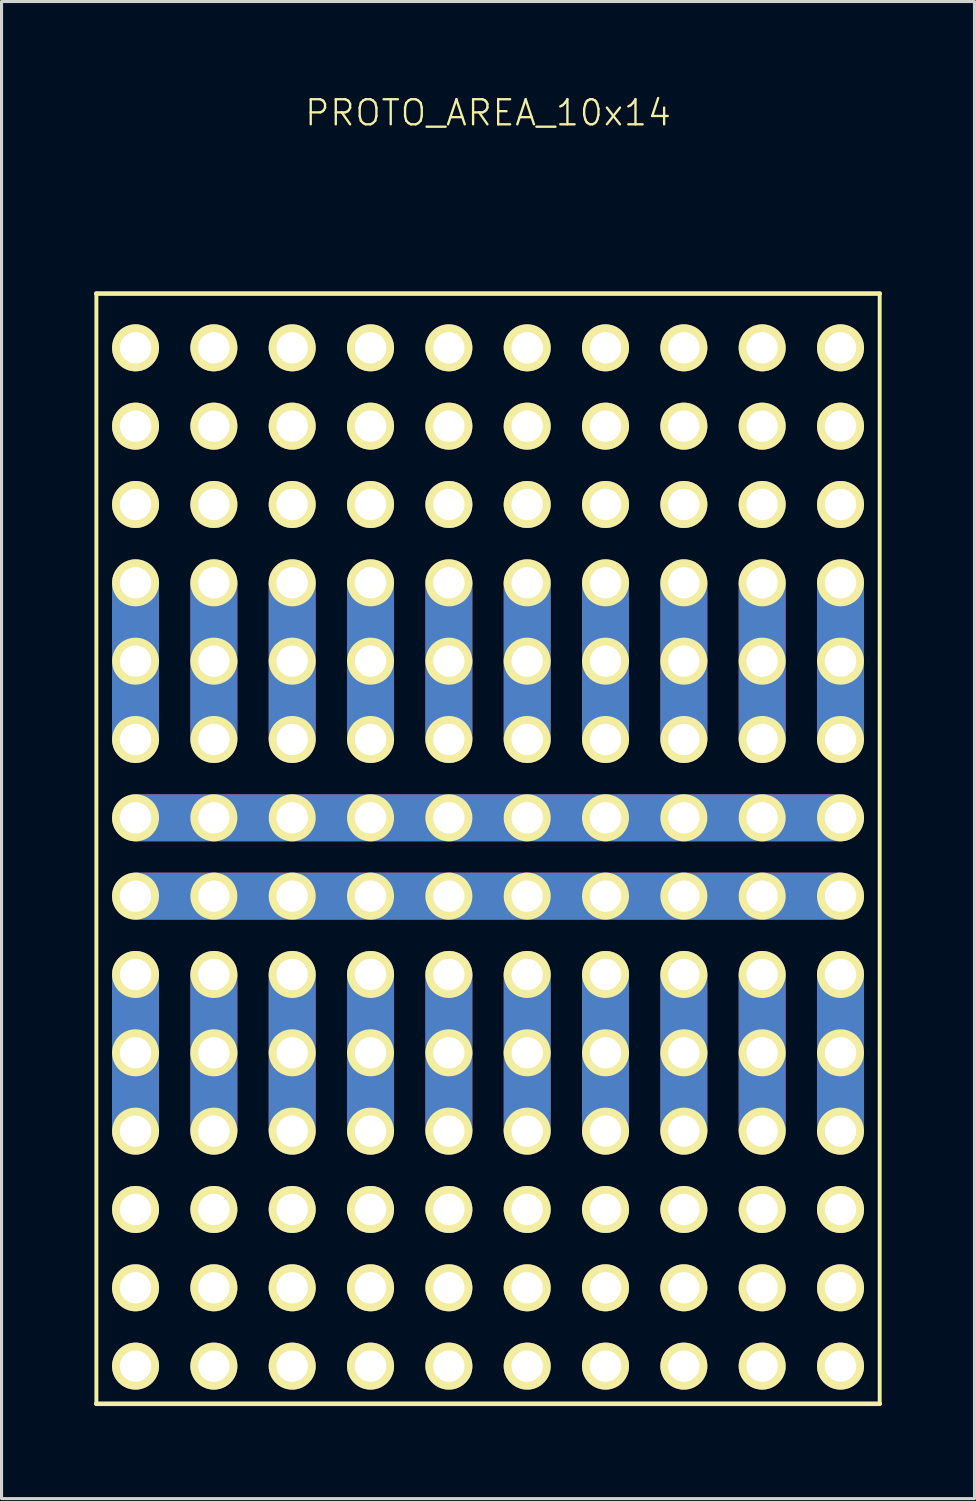
<source format=kicad_pcb>
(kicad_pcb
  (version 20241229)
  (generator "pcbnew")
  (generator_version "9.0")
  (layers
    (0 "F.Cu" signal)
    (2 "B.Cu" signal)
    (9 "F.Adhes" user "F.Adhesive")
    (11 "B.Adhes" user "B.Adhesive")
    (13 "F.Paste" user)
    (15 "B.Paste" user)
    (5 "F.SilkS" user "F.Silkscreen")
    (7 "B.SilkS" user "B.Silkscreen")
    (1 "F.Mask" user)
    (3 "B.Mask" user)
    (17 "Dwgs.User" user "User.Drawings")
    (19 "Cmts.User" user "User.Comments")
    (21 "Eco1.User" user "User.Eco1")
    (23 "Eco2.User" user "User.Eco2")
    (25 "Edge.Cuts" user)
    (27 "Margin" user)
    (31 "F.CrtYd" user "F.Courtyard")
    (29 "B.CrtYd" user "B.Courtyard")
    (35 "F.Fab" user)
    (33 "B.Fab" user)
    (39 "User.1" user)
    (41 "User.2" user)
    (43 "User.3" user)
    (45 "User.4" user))
  (footprint "PROTO_AREA_10x14"
    (layer "F.Cu")
    (at 12.775 23.469)
    (property "Reference" "PROTO_AREA_10x14" (at 0 -22.86 0) (layer "F.SilkS") (effects (font (size 0.813 0.813) (thickness 0.076))))
    (attr through_hole)
    (fp_line (start -12.7 -17) (end 12.7 -17) (stroke (width 0.15) (type solid)) (layer "F.SilkS"))
    (fp_line (start -12.7 19) (end -12.7 -17) (stroke (width 0.127) (type solid)) (layer "F.SilkS"))
    (fp_line (start -12.7 19) (end 12.7 19) (stroke (width 0.15) (type solid)) (layer "F.SilkS"))
    (fp_line (start 12.7 19) (end 12.7 -17) (stroke (width 0.127) (type solid)) (layer "F.SilkS"))
    (pad "1" thru_hole circle (at -11.43 17.78) (size 1.524 1.524) (drill 1.016) (layers "*.Cu" "*.Mask" "F.SilkS"))
    (pad "1" thru_hole circle (at -8.89 17.78) (size 1.524 1.524) (drill 1.016) (layers "*.Cu" "*.Mask" "F.SilkS"))
    (pad "1" thru_hole circle (at -6.35 17.78) (size 1.524 1.524) (drill 1.016) (layers "*.Cu" "*.Mask" "F.SilkS"))
    (pad "1" thru_hole circle (at -3.81 17.78) (size 1.524 1.524) (drill 1.016) (layers "*.Cu" "*.Mask" "F.SilkS"))
    (pad "1" thru_hole circle (at -1.27 17.78) (size 1.524 1.524) (drill 1.016) (layers "*.Cu" "*.Mask" "F.SilkS"))
    (pad "1" thru_hole circle (at 1.27 17.78) (size 1.524 1.524) (drill 1.016) (layers "*.Cu" "*.Mask" "F.SilkS"))
    (pad "1" thru_hole circle (at 3.81 17.78) (size 1.524 1.524) (drill 1.016) (layers "*.Cu" "*.Mask" "F.SilkS"))
    (pad "1" thru_hole circle (at 6.35 17.78) (size 1.524 1.524) (drill 1.016) (layers "*.Cu" "*.Mask" "F.SilkS"))
    (pad "1" thru_hole circle (at 8.89 17.78) (size 1.524 1.524) (drill 1.016) (layers "*.Cu" "*.Mask" "F.SilkS"))
    (pad "1" thru_hole circle (at 11.43 17.78) (size 1.524 1.524) (drill 1.016) (layers "*.Cu" "*.Mask" "F.SilkS"))
    (pad "2" thru_hole circle (at -11.43 15.24) (size 1.524 1.524) (drill 1.016) (layers "*.Cu" "*.Mask" "F.SilkS"))
    (pad "2" thru_hole circle (at -8.89 15.24) (size 1.524 1.524) (drill 1.016) (layers "*.Cu" "*.Mask" "F.SilkS"))
    (pad "2" thru_hole circle (at -6.35 15.24) (size 1.524 1.524) (drill 1.016) (layers "*.Cu" "*.Mask" "F.SilkS"))
    (pad "2" thru_hole circle (at -3.81 15.24) (size 1.524 1.524) (drill 1.016) (layers "*.Cu" "*.Mask" "F.SilkS"))
    (pad "2" thru_hole circle (at -1.27 15.24) (size 1.524 1.524) (drill 1.016) (layers "*.Cu" "*.Mask" "F.SilkS"))
    (pad "2" thru_hole circle (at 1.27 15.24) (size 1.524 1.524) (drill 1.016) (layers "*.Cu" "*.Mask" "F.SilkS"))
    (pad "2" thru_hole circle (at 3.81 15.24) (size 1.524 1.524) (drill 1.016) (layers "*.Cu" "*.Mask" "F.SilkS"))
    (pad "2" thru_hole circle (at 6.35 15.24) (size 1.524 1.524) (drill 1.016) (layers "*.Cu" "*.Mask" "F.SilkS"))
    (pad "2" thru_hole circle (at 8.89 15.24) (size 1.524 1.524) (drill 1.016) (layers "*.Cu" "*.Mask" "F.SilkS"))
    (pad "2" thru_hole circle (at 11.43 15.24) (size 1.524 1.524) (drill 1.016) (layers "*.Cu" "*.Mask" "F.SilkS"))
    (pad "3" thru_hole circle (at -11.43 12.7) (size 1.524 1.524) (drill 1.016) (layers "*.Cu" "*.Mask" "F.SilkS"))
    (pad "3" thru_hole circle (at -8.89 12.7) (size 1.524 1.524) (drill 1.016) (layers "*.Cu" "*.Mask" "F.SilkS"))
    (pad "3" thru_hole circle (at -6.35 12.7) (size 1.524 1.524) (drill 1.016) (layers "*.Cu" "*.Mask" "F.SilkS"))
    (pad "3" thru_hole circle (at -3.81 12.7) (size 1.524 1.524) (drill 1.016) (layers "*.Cu" "*.Mask" "F.SilkS"))
    (pad "3" thru_hole circle (at -1.27 12.7) (size 1.524 1.524) (drill 1.016) (layers "*.Cu" "*.Mask" "F.SilkS"))
    (pad "3" thru_hole circle (at 1.27 12.7) (size 1.524 1.524) (drill 1.016) (layers "*.Cu" "*.Mask" "F.SilkS"))
    (pad "3" thru_hole circle (at 3.81 12.7) (size 1.524 1.524) (drill 1.016) (layers "*.Cu" "*.Mask" "F.SilkS"))
    (pad "3" thru_hole circle (at 6.35 12.7) (size 1.524 1.524) (drill 1.016) (layers "*.Cu" "*.Mask" "F.SilkS"))
    (pad "3" thru_hole circle (at 8.89 12.7) (size 1.524 1.524) (drill 1.016) (layers "*.Cu" "*.Mask" "F.SilkS"))
    (pad "3" thru_hole circle (at 11.43 12.7) (size 1.524 1.524) (drill 1.016) (layers "*.Cu" "*.Mask" "F.SilkS"))
    (pad "4" thru_hole circle (at -11.43 5.08) (size 1.524 1.524) (drill 1.016) (layers "*.Cu" "*.Mask" "F.SilkS"))
    (pad "4" smd rect (at -11.43 6.35) (size 1.524 2.54) (layers "F.Cu" "F.Mask" "F.Paste"))
    (pad "4" smd rect (at -11.43 6.35) (size 1.524 2.54) (layers "B.Cu" "B.Mask" "B.Paste"))
    (pad "4" thru_hole circle (at -11.43 7.62) (size 1.524 1.524) (drill 1.016) (layers "*.Cu" "*.Mask" "F.SilkS"))
    (pad "4" smd rect (at -11.43 8.89) (size 1.524 2.54) (layers "F.Cu" "F.Mask" "F.Paste"))
    (pad "4" smd rect (at -11.43 8.89) (size 1.524 2.54) (layers "B.Cu" "B.Mask" "B.Paste"))
    (pad "4" thru_hole circle (at -11.43 10.16) (size 1.524 1.524) (drill 1.016) (layers "*.Cu" "*.Mask" "F.SilkS"))
    (pad "4" thru_hole circle (at -8.89 5.08) (size 1.524 1.524) (drill 1.016) (layers "*.Cu" "*.Mask" "F.SilkS"))
    (pad "4" smd rect (at -8.89 6.35) (size 1.524 2.54) (layers "F.Cu" "F.Mask" "F.Paste"))
    (pad "4" smd rect (at -8.89 6.35) (size 1.524 2.54) (layers "B.Cu" "B.Mask" "B.Paste"))
    (pad "4" thru_hole circle (at -8.89 7.62) (size 1.524 1.524) (drill 1.016) (layers "*.Cu" "*.Mask" "F.SilkS"))
    (pad "4" smd rect (at -8.89 8.89) (size 1.524 2.54) (layers "F.Cu" "F.Mask" "F.Paste"))
    (pad "4" smd rect (at -8.89 8.89) (size 1.524 2.54) (layers "B.Cu" "B.Mask" "B.Paste"))
    (pad "4" thru_hole circle (at -8.89 10.16) (size 1.524 1.524) (drill 1.016) (layers "*.Cu" "*.Mask" "F.SilkS"))
    (pad "4" thru_hole circle (at -6.35 5.08) (size 1.524 1.524) (drill 1.016) (layers "*.Cu" "*.Mask" "F.SilkS"))
    (pad "4" smd rect (at -6.35 6.35) (size 1.524 2.54) (layers "F.Cu" "F.Mask" "F.Paste"))
    (pad "4" smd rect (at -6.35 6.35) (size 1.524 2.54) (layers "B.Cu" "B.Mask" "B.Paste"))
    (pad "4" thru_hole circle (at -6.35 7.62) (size 1.524 1.524) (drill 1.016) (layers "*.Cu" "*.Mask" "F.SilkS"))
    (pad "4" smd rect (at -6.35 8.89) (size 1.524 2.54) (layers "F.Cu" "F.Mask" "F.Paste"))
    (pad "4" smd rect (at -6.35 8.89) (size 1.524 2.54) (layers "B.Cu" "B.Mask" "B.Paste"))
    (pad "4" thru_hole circle (at -6.35 10.16) (size 1.524 1.524) (drill 1.016) (layers "*.Cu" "*.Mask" "F.SilkS"))
    (pad "4" thru_hole circle (at -3.81 5.08) (size 1.524 1.524) (drill 1.016) (layers "*.Cu" "*.Mask" "F.SilkS"))
    (pad "4" smd rect (at -3.81 6.35) (size 1.524 2.54) (layers "F.Cu" "F.Mask" "F.Paste"))
    (pad "4" smd rect (at -3.81 6.35) (size 1.524 2.54) (layers "B.Cu" "B.Mask" "B.Paste"))
    (pad "4" thru_hole circle (at -3.81 7.62) (size 1.524 1.524) (drill 1.016) (layers "*.Cu" "*.Mask" "F.SilkS"))
    (pad "4" smd rect (at -3.81 8.89) (size 1.524 2.54) (layers "F.Cu" "F.Mask" "F.Paste"))
    (pad "4" smd rect (at -3.81 8.89) (size 1.524 2.54) (layers "B.Cu" "B.Mask" "B.Paste"))
    (pad "4" thru_hole circle (at -3.81 10.16) (size 1.524 1.524) (drill 1.016) (layers "*.Cu" "*.Mask" "F.SilkS"))
    (pad "4" thru_hole circle (at -1.27 5.08) (size 1.524 1.524) (drill 1.016) (layers "*.Cu" "*.Mask" "F.SilkS"))
    (pad "4" smd rect (at -1.27 6.35) (size 1.524 2.54) (layers "F.Cu" "F.Mask" "F.Paste"))
    (pad "4" smd rect (at -1.27 6.35) (size 1.524 2.54) (layers "B.Cu" "B.Mask" "B.Paste"))
    (pad "4" thru_hole circle (at -1.27 7.62) (size 1.524 1.524) (drill 1.016) (layers "*.Cu" "*.Mask" "F.SilkS"))
    (pad "4" smd rect (at -1.27 8.89) (size 1.524 2.54) (layers "F.Cu" "F.Mask" "F.Paste"))
    (pad "4" smd rect (at -1.27 8.89) (size 1.524 2.54) (layers "B.Cu" "B.Mask" "B.Paste"))
    (pad "4" thru_hole circle (at -1.27 10.16) (size 1.524 1.524) (drill 1.016) (layers "*.Cu" "*.Mask" "F.SilkS"))
    (pad "4" thru_hole circle (at 1.27 5.08) (size 1.524 1.524) (drill 1.016) (layers "*.Cu" "*.Mask" "F.SilkS"))
    (pad "4" smd rect (at 1.27 6.35) (size 1.524 2.54) (layers "F.Cu" "F.Mask" "F.Paste"))
    (pad "4" smd rect (at 1.27 6.35) (size 1.524 2.54) (layers "B.Cu" "B.Mask" "B.Paste"))
    (pad "4" thru_hole circle (at 1.27 7.62) (size 1.524 1.524) (drill 1.016) (layers "*.Cu" "*.Mask" "F.SilkS"))
    (pad "4" smd rect (at 1.27 8.89) (size 1.524 2.54) (layers "F.Cu" "F.Mask" "F.Paste"))
    (pad "4" smd rect (at 1.27 8.89) (size 1.524 2.54) (layers "B.Cu" "B.Mask" "B.Paste"))
    (pad "4" thru_hole circle (at 1.27 10.16) (size 1.524 1.524) (drill 1.016) (layers "*.Cu" "*.Mask" "F.SilkS"))
    (pad "4" thru_hole circle (at 3.81 5.08) (size 1.524 1.524) (drill 1.016) (layers "*.Cu" "*.Mask" "F.SilkS"))
    (pad "4" smd rect (at 3.81 6.35) (size 1.524 2.54) (layers "F.Cu" "F.Mask" "F.Paste"))
    (pad "4" smd rect (at 3.81 6.35) (size 1.524 2.54) (layers "B.Cu" "B.Mask" "B.Paste"))
    (pad "4" thru_hole circle (at 3.81 7.62) (size 1.524 1.524) (drill 1.016) (layers "*.Cu" "*.Mask" "F.SilkS"))
    (pad "4" smd rect (at 3.81 8.89) (size 1.524 2.54) (layers "F.Cu" "F.Mask" "F.Paste"))
    (pad "4" smd rect (at 3.81 8.89) (size 1.524 2.54) (layers "B.Cu" "B.Mask" "B.Paste"))
    (pad "4" thru_hole circle (at 3.81 10.16) (size 1.524 1.524) (drill 1.016) (layers "*.Cu" "*.Mask" "F.SilkS"))
    (pad "4" thru_hole circle (at 6.35 5.08) (size 1.524 1.524) (drill 1.016) (layers "*.Cu" "*.Mask" "F.SilkS"))
    (pad "4" smd rect (at 6.35 6.35) (size 1.524 2.54) (layers "F.Cu" "F.Mask" "F.Paste"))
    (pad "4" smd rect (at 6.35 6.35) (size 1.524 2.54) (layers "B.Cu" "B.Mask" "B.Paste"))
    (pad "4" thru_hole circle (at 6.35 7.62) (size 1.524 1.524) (drill 1.016) (layers "*.Cu" "*.Mask" "F.SilkS"))
    (pad "4" smd rect (at 6.35 8.89) (size 1.524 2.54) (layers "F.Cu" "F.Mask" "F.Paste"))
    (pad "4" smd rect (at 6.35 8.89) (size 1.524 2.54) (layers "B.Cu" "B.Mask" "B.Paste"))
    (pad "4" thru_hole circle (at 6.35 10.16) (size 1.524 1.524) (drill 1.016) (layers "*.Cu" "*.Mask" "F.SilkS"))
    (pad "4" thru_hole circle (at 8.89 5.08) (size 1.524 1.524) (drill 1.016) (layers "*.Cu" "*.Mask" "F.SilkS"))
    (pad "4" smd rect (at 8.89 6.35) (size 1.524 2.54) (layers "F.Cu" "F.Mask" "F.Paste"))
    (pad "4" smd rect (at 8.89 6.35) (size 1.524 2.54) (layers "B.Cu" "B.Mask" "B.Paste"))
    (pad "4" thru_hole circle (at 8.89 7.62) (size 1.524 1.524) (drill 1.016) (layers "*.Cu" "*.Mask" "F.SilkS"))
    (pad "4" smd rect (at 8.89 8.89) (size 1.524 2.54) (layers "F.Cu" "F.Mask" "F.Paste"))
    (pad "4" smd rect (at 8.89 8.89) (size 1.524 2.54) (layers "B.Cu" "B.Mask" "B.Paste"))
    (pad "4" thru_hole circle (at 8.89 10.16) (size 1.524 1.524) (drill 1.016) (layers "*.Cu" "*.Mask" "F.SilkS"))
    (pad "4" thru_hole circle (at 11.43 5.08) (size 1.524 1.524) (drill 1.016) (layers "*.Cu" "*.Mask" "F.SilkS"))
    (pad "4" smd rect (at 11.43 6.35) (size 1.524 2.54) (layers "F.Cu" "F.Mask" "F.Paste"))
    (pad "4" smd rect (at 11.43 6.35) (size 1.524 2.54) (layers "B.Cu" "B.Mask" "B.Paste"))
    (pad "4" thru_hole circle (at 11.43 7.62) (size 1.524 1.524) (drill 1.016) (layers "*.Cu" "*.Mask" "F.SilkS"))
    (pad "4" smd rect (at 11.43 8.89) (size 1.524 2.54) (layers "F.Cu" "F.Mask" "F.Paste"))
    (pad "4" smd rect (at 11.43 8.89) (size 1.524 2.54) (layers "B.Cu" "B.Mask" "B.Paste"))
    (pad "4" thru_hole circle (at 11.43 10.16) (size 1.524 1.524) (drill 1.016) (layers "*.Cu" "*.Mask" "F.SilkS"))
    (pad "5" thru_hole circle (at -11.43 2.54) (size 1.524 1.524) (drill 1.016) (layers "*.Cu" "*.Mask" "F.SilkS"))
    (pad "5" smd rect (at -10.16 2.54 90) (size 1.524 2.54) (layers "F.Cu" "F.Mask" "F.Paste"))
    (pad "5" smd rect (at -10.16 2.54 90) (size 1.524 2.54) (layers "B.Cu" "B.Mask" "B.Paste"))
    (pad "5" thru_hole circle (at -8.89 2.54) (size 1.524 1.524) (drill 1.016) (layers "*.Cu" "*.Mask" "F.SilkS"))
    (pad "5" smd rect (at -7.62 2.54 90) (size 1.524 2.54) (layers "F.Cu" "F.Mask" "F.Paste"))
    (pad "5" smd rect (at -7.62 2.54 90) (size 1.524 2.54) (layers "B.Cu" "B.Mask" "B.Paste"))
    (pad "5" thru_hole circle (at -6.35 2.54) (size 1.524 1.524) (drill 1.016) (layers "*.Cu" "*.Mask" "F.SilkS"))
    (pad "5" smd rect (at -5.08 2.54 90) (size 1.524 2.54) (layers "F.Cu" "F.Mask" "F.Paste"))
    (pad "5" smd rect (at -5.08 2.54 90) (size 1.524 2.54) (layers "B.Cu" "B.Mask" "B.Paste"))
    (pad "5" thru_hole circle (at -3.81 2.54) (size 1.524 1.524) (drill 1.016) (layers "*.Cu" "*.Mask" "F.SilkS"))
    (pad "5" smd rect (at -2.54 2.54 90) (size 1.524 2.54) (layers "F.Cu" "F.Mask" "F.Paste"))
    (pad "5" smd rect (at -2.54 2.54 90) (size 1.524 2.54) (layers "B.Cu" "B.Mask" "B.Paste"))
    (pad "5" thru_hole circle (at -1.27 2.54) (size 1.524 1.524) (drill 1.016) (layers "*.Cu" "*.Mask" "F.SilkS"))
    (pad "5" smd rect (at 0 2.54 90) (size 1.524 2.54) (layers "F.Cu" "F.Mask" "F.Paste"))
    (pad "5" smd rect (at 0 2.54 90) (size 1.524 2.54) (layers "B.Cu" "B.Mask" "B.Paste"))
    (pad "5" thru_hole circle (at 1.27 2.54) (size 1.524 1.524) (drill 1.016) (layers "*.Cu" "*.Mask" "F.SilkS"))
    (pad "5" smd rect (at 2.54 2.54 90) (size 1.524 2.54) (layers "F.Cu" "F.Mask" "F.Paste"))
    (pad "5" smd rect (at 2.54 2.54 90) (size 1.524 2.54) (layers "B.Cu" "B.Mask" "B.Paste"))
    (pad "5" thru_hole circle (at 3.81 2.54) (size 1.524 1.524) (drill 1.016) (layers "*.Cu" "*.Mask" "F.SilkS"))
    (pad "5" smd rect (at 5.08 2.54 90) (size 1.524 2.54) (layers "F.Cu" "F.Mask" "F.Paste"))
    (pad "5" smd rect (at 5.08 2.54 90) (size 1.524 2.54) (layers "B.Cu" "B.Mask" "B.Paste"))
    (pad "5" thru_hole circle (at 6.35 2.54) (size 1.524 1.524) (drill 1.016) (layers "*.Cu" "*.Mask" "F.SilkS"))
    (pad "5" smd rect (at 7.62 2.54 90) (size 1.524 2.54) (layers "F.Cu" "F.Mask" "F.Paste"))
    (pad "5" smd rect (at 7.62 2.54 90) (size 1.524 2.54) (layers "B.Cu" "B.Mask" "B.Paste"))
    (pad "5" thru_hole circle (at 8.89 2.54) (size 1.524 1.524) (drill 1.016) (layers "*.Cu" "*.Mask" "F.SilkS"))
    (pad "5" smd rect (at 10.16 2.54 90) (size 1.524 2.54) (layers "F.Cu" "F.Mask" "F.Paste"))
    (pad "5" smd rect (at 10.16 2.54 90) (size 1.524 2.54) (layers "B.Cu" "B.Mask" "B.Paste"))
    (pad "5" thru_hole circle (at 11.43 2.54) (size 1.524 1.524) (drill 1.016) (layers "*.Cu" "*.Mask" "F.SilkS"))
    (pad "6" thru_hole circle (at -11.43 0) (size 1.524 1.524) (drill 1.016) (layers "*.Cu" "*.Mask" "F.SilkS"))
    (pad "6" smd rect (at -10.16 0 90) (size 1.524 2.54) (layers "F.Cu" "F.Mask" "F.Paste"))
    (pad "6" smd rect (at -10.16 0 90) (size 1.524 2.54) (layers "B.Cu" "B.Mask" "B.Paste"))
    (pad "6" thru_hole circle (at -8.89 0) (size 1.524 1.524) (drill 1.016) (layers "*.Cu" "*.Mask" "F.SilkS"))
    (pad "6" smd rect (at -7.62 0 90) (size 1.524 2.54) (layers "F.Cu" "F.Mask" "F.Paste"))
    (pad "6" smd rect (at -7.62 0 90) (size 1.524 2.54) (layers "B.Cu" "B.Mask" "B.Paste"))
    (pad "6" thru_hole circle (at -6.35 0) (size 1.524 1.524) (drill 1.016) (layers "*.Cu" "*.Mask" "F.SilkS"))
    (pad "6" smd rect (at -5.08 0 90) (size 1.524 2.54) (layers "F.Cu" "F.Mask" "F.Paste"))
    (pad "6" smd rect (at -5.08 0 90) (size 1.524 2.54) (layers "B.Cu" "B.Mask" "B.Paste"))
    (pad "6" thru_hole circle (at -3.81 0) (size 1.524 1.524) (drill 1.016) (layers "*.Cu" "*.Mask" "F.SilkS"))
    (pad "6" smd rect (at -2.54 0 90) (size 1.524 2.54) (layers "F.Cu" "F.Mask" "F.Paste"))
    (pad "6" smd rect (at -2.54 0 90) (size 1.524 2.54) (layers "B.Cu" "B.Mask" "B.Paste"))
    (pad "6" thru_hole circle (at -1.27 0) (size 1.524 1.524) (drill 1.016) (layers "*.Cu" "*.Mask" "F.SilkS"))
    (pad "6" smd rect (at 0 0 90) (size 1.524 2.54) (layers "F.Cu" "F.Mask" "F.Paste"))
    (pad "6" smd rect (at 0 0 90) (size 1.524 2.54) (layers "B.Cu" "B.Mask" "B.Paste"))
    (pad "6" thru_hole circle (at 1.27 0) (size 1.524 1.524) (drill 1.016) (layers "*.Cu" "*.Mask" "F.SilkS"))
    (pad "6" smd rect (at 2.54 0 90) (size 1.524 2.54) (layers "F.Cu" "F.Mask" "F.Paste"))
    (pad "6" smd rect (at 2.54 0 90) (size 1.524 2.54) (layers "B.Cu" "B.Mask" "B.Paste"))
    (pad "6" thru_hole circle (at 3.81 0) (size 1.524 1.524) (drill 1.016) (layers "*.Cu" "*.Mask" "F.SilkS"))
    (pad "6" smd rect (at 5.08 0 90) (size 1.524 2.54) (layers "F.Cu" "F.Mask" "F.Paste"))
    (pad "6" smd rect (at 5.08 0 90) (size 1.524 2.54) (layers "B.Cu" "B.Mask" "B.Paste"))
    (pad "6" thru_hole circle (at 6.35 0) (size 1.524 1.524) (drill 1.016) (layers "*.Cu" "*.Mask" "F.SilkS"))
    (pad "6" smd rect (at 7.62 0 90) (size 1.524 2.54) (layers "F.Cu" "F.Mask" "F.Paste"))
    (pad "6" smd rect (at 7.62 0 90) (size 1.524 2.54) (layers "B.Cu" "B.Mask" "B.Paste"))
    (pad "6" thru_hole circle (at 8.89 0) (size 1.524 1.524) (drill 1.016) (layers "*.Cu" "*.Mask" "F.SilkS"))
    (pad "6" smd rect (at 10.16 0 90) (size 1.524 2.54) (layers "F.Cu" "F.Mask" "F.Paste"))
    (pad "6" smd rect (at 10.16 0 90) (size 1.524 2.54) (layers "B.Cu" "B.Mask" "B.Paste"))
    (pad "6" thru_hole circle (at 11.43 0) (size 1.524 1.524) (drill 1.016) (layers "*.Cu" "*.Mask" "F.SilkS"))
    (pad "7" thru_hole circle (at -11.43 -7.62) (size 1.524 1.524) (drill 1.016) (layers "*.Cu" "*.Mask" "F.SilkS"))
    (pad "7" smd rect (at -11.43 -6.35) (size 1.524 2.54) (layers "F.Cu" "F.Mask" "F.Paste"))
    (pad "7" smd rect (at -11.43 -6.35) (size 1.524 2.54) (layers "B.Cu" "B.Mask" "B.Paste"))
    (pad "7" thru_hole circle (at -11.43 -5.08) (size 1.524 1.524) (drill 1.016) (layers "*.Cu" "*.Mask" "F.SilkS"))
    (pad "7" smd rect (at -11.43 -3.81) (size 1.524 2.54) (layers "F.Cu" "F.Mask" "F.Paste"))
    (pad "7" smd rect (at -11.43 -3.81) (size 1.524 2.54) (layers "B.Cu" "B.Mask" "B.Paste"))
    (pad "7" thru_hole circle (at -11.43 -2.54) (size 1.524 1.524) (drill 1.016) (layers "*.Cu" "*.Mask" "F.SilkS"))
    (pad "7" thru_hole circle (at -8.89 -7.62) (size 1.524 1.524) (drill 1.016) (layers "*.Cu" "*.Mask" "F.SilkS"))
    (pad "7" smd rect (at -8.89 -6.35) (size 1.524 2.54) (layers "F.Cu" "F.Mask" "F.Paste"))
    (pad "7" smd rect (at -8.89 -6.35) (size 1.524 2.54) (layers "B.Cu" "B.Mask" "B.Paste"))
    (pad "7" thru_hole circle (at -8.89 -5.08) (size 1.524 1.524) (drill 1.016) (layers "*.Cu" "*.Mask" "F.SilkS"))
    (pad "7" smd rect (at -8.89 -3.81) (size 1.524 2.54) (layers "F.Cu" "F.Mask" "F.Paste"))
    (pad "7" smd rect (at -8.89 -3.81) (size 1.524 2.54) (layers "B.Cu" "B.Mask" "B.Paste"))
    (pad "7" thru_hole circle (at -8.89 -2.54) (size 1.524 1.524) (drill 1.016) (layers "*.Cu" "*.Mask" "F.SilkS"))
    (pad "7" thru_hole circle (at -6.35 -7.62) (size 1.524 1.524) (drill 1.016) (layers "*.Cu" "*.Mask" "F.SilkS"))
    (pad "7" smd rect (at -6.35 -6.35) (size 1.524 2.54) (layers "F.Cu" "F.Mask" "F.Paste"))
    (pad "7" smd rect (at -6.35 -6.35) (size 1.524 2.54) (layers "B.Cu" "B.Mask" "B.Paste"))
    (pad "7" thru_hole circle (at -6.35 -5.08) (size 1.524 1.524) (drill 1.016) (layers "*.Cu" "*.Mask" "F.SilkS"))
    (pad "7" smd rect (at -6.35 -3.81) (size 1.524 2.54) (layers "F.Cu" "F.Mask" "F.Paste"))
    (pad "7" smd rect (at -6.35 -3.81) (size 1.524 2.54) (layers "B.Cu" "B.Mask" "B.Paste"))
    (pad "7" thru_hole circle (at -6.35 -2.54) (size 1.524 1.524) (drill 1.016) (layers "*.Cu" "*.Mask" "F.SilkS"))
    (pad "7" thru_hole circle (at -3.81 -7.62) (size 1.524 1.524) (drill 1.016) (layers "*.Cu" "*.Mask" "F.SilkS"))
    (pad "7" smd rect (at -3.81 -6.35) (size 1.524 2.54) (layers "F.Cu" "F.Mask" "F.Paste"))
    (pad "7" smd rect (at -3.81 -6.35) (size 1.524 2.54) (layers "B.Cu" "B.Mask" "B.Paste"))
    (pad "7" thru_hole circle (at -3.81 -5.08) (size 1.524 1.524) (drill 1.016) (layers "*.Cu" "*.Mask" "F.SilkS"))
    (pad "7" smd rect (at -3.81 -3.81) (size 1.524 2.54) (layers "F.Cu" "F.Mask" "F.Paste"))
    (pad "7" smd rect (at -3.81 -3.81) (size 1.524 2.54) (layers "B.Cu" "B.Mask" "B.Paste"))
    (pad "7" thru_hole circle (at -3.81 -2.54) (size 1.524 1.524) (drill 1.016) (layers "*.Cu" "*.Mask" "F.SilkS"))
    (pad "7" thru_hole circle (at -1.27 -7.62) (size 1.524 1.524) (drill 1.016) (layers "*.Cu" "*.Mask" "F.SilkS"))
    (pad "7" smd rect (at -1.27 -6.35) (size 1.524 2.54) (layers "F.Cu" "F.Mask" "F.Paste"))
    (pad "7" smd rect (at -1.27 -6.35) (size 1.524 2.54) (layers "B.Cu" "B.Mask" "B.Paste"))
    (pad "7" thru_hole circle (at -1.27 -5.08) (size 1.524 1.524) (drill 1.016) (layers "*.Cu" "*.Mask" "F.SilkS"))
    (pad "7" smd rect (at -1.27 -3.81) (size 1.524 2.54) (layers "F.Cu" "F.Mask" "F.Paste"))
    (pad "7" smd rect (at -1.27 -3.81) (size 1.524 2.54) (layers "B.Cu" "B.Mask" "B.Paste"))
    (pad "7" thru_hole circle (at -1.27 -2.54) (size 1.524 1.524) (drill 1.016) (layers "*.Cu" "*.Mask" "F.SilkS"))
    (pad "7" thru_hole circle (at 1.27 -7.62) (size 1.524 1.524) (drill 1.016) (layers "*.Cu" "*.Mask" "F.SilkS"))
    (pad "7" smd rect (at 1.27 -6.35) (size 1.524 2.54) (layers "F.Cu" "F.Mask" "F.Paste"))
    (pad "7" smd rect (at 1.27 -6.35) (size 1.524 2.54) (layers "B.Cu" "B.Mask" "B.Paste"))
    (pad "7" thru_hole circle (at 1.27 -5.08) (size 1.524 1.524) (drill 1.016) (layers "*.Cu" "*.Mask" "F.SilkS"))
    (pad "7" smd rect (at 1.27 -3.81) (size 1.524 2.54) (layers "F.Cu" "F.Mask" "F.Paste"))
    (pad "7" smd rect (at 1.27 -3.81) (size 1.524 2.54) (layers "B.Cu" "B.Mask" "B.Paste"))
    (pad "7" thru_hole circle (at 1.27 -2.54) (size 1.524 1.524) (drill 1.016) (layers "*.Cu" "*.Mask" "F.SilkS"))
    (pad "7" thru_hole circle (at 3.81 -7.62) (size 1.524 1.524) (drill 1.016) (layers "*.Cu" "*.Mask" "F.SilkS"))
    (pad "7" smd rect (at 3.81 -6.35) (size 1.524 2.54) (layers "F.Cu" "F.Mask" "F.Paste"))
    (pad "7" smd rect (at 3.81 -6.35) (size 1.524 2.54) (layers "B.Cu" "B.Mask" "B.Paste"))
    (pad "7" thru_hole circle (at 3.81 -5.08) (size 1.524 1.524) (drill 1.016) (layers "*.Cu" "*.Mask" "F.SilkS"))
    (pad "7" smd rect (at 3.81 -3.81) (size 1.524 2.54) (layers "F.Cu" "F.Mask" "F.Paste"))
    (pad "7" smd rect (at 3.81 -3.81) (size 1.524 2.54) (layers "B.Cu" "B.Mask" "B.Paste"))
    (pad "7" thru_hole circle (at 3.81 -2.54) (size 1.524 1.524) (drill 1.016) (layers "*.Cu" "*.Mask" "F.SilkS"))
    (pad "7" thru_hole circle (at 6.35 -7.62) (size 1.524 1.524) (drill 1.016) (layers "*.Cu" "*.Mask" "F.SilkS"))
    (pad "7" smd rect (at 6.35 -6.35) (size 1.524 2.54) (layers "F.Cu" "F.Mask" "F.Paste"))
    (pad "7" smd rect (at 6.35 -6.35) (size 1.524 2.54) (layers "B.Cu" "B.Mask" "B.Paste"))
    (pad "7" thru_hole circle (at 6.35 -5.08) (size 1.524 1.524) (drill 1.016) (layers "*.Cu" "*.Mask" "F.SilkS"))
    (pad "7" smd rect (at 6.35 -3.81) (size 1.524 2.54) (layers "F.Cu" "F.Mask" "F.Paste"))
    (pad "7" smd rect (at 6.35 -3.81) (size 1.524 2.54) (layers "B.Cu" "B.Mask" "B.Paste"))
    (pad "7" thru_hole circle (at 6.35 -2.54) (size 1.524 1.524) (drill 1.016) (layers "*.Cu" "*.Mask" "F.SilkS"))
    (pad "7" thru_hole circle (at 8.89 -7.62) (size 1.524 1.524) (drill 1.016) (layers "*.Cu" "*.Mask" "F.SilkS"))
    (pad "7" smd rect (at 8.89 -6.35) (size 1.524 2.54) (layers "F.Cu" "F.Mask" "F.Paste"))
    (pad "7" smd rect (at 8.89 -6.35) (size 1.524 2.54) (layers "B.Cu" "B.Mask" "B.Paste"))
    (pad "7" thru_hole circle (at 8.89 -5.08) (size 1.524 1.524) (drill 1.016) (layers "*.Cu" "*.Mask" "F.SilkS"))
    (pad "7" smd rect (at 8.89 -3.81) (size 1.524 2.54) (layers "F.Cu" "F.Mask" "F.Paste"))
    (pad "7" smd rect (at 8.89 -3.81) (size 1.524 2.54) (layers "B.Cu" "B.Mask" "B.Paste"))
    (pad "7" thru_hole circle (at 8.89 -2.54) (size 1.524 1.524) (drill 1.016) (layers "*.Cu" "*.Mask" "F.SilkS"))
    (pad "7" thru_hole circle (at 11.43 -7.62) (size 1.524 1.524) (drill 1.016) (layers "*.Cu" "*.Mask" "F.SilkS"))
    (pad "7" smd rect (at 11.43 -6.35) (size 1.524 2.54) (layers "F.Cu" "F.Mask" "F.Paste"))
    (pad "7" smd rect (at 11.43 -6.35) (size 1.524 2.54) (layers "B.Cu" "B.Mask" "B.Paste"))
    (pad "7" thru_hole circle (at 11.43 -5.08) (size 1.524 1.524) (drill 1.016) (layers "*.Cu" "*.Mask" "F.SilkS"))
    (pad "7" smd rect (at 11.43 -3.81) (size 1.524 2.54) (layers "F.Cu" "F.Mask" "F.Paste"))
    (pad "7" smd rect (at 11.43 -3.81) (size 1.524 2.54) (layers "B.Cu" "B.Mask" "B.Paste"))
    (pad "7" thru_hole circle (at 11.43 -2.54) (size 1.524 1.524) (drill 1.016) (layers "*.Cu" "*.Mask" "F.SilkS"))
    (pad "8" thru_hole circle (at -11.43 -10.16) (size 1.524 1.524) (drill 1.016) (layers "*.Cu" "*.Mask" "F.SilkS"))
    (pad "8" thru_hole circle (at -8.89 -10.16) (size 1.524 1.524) (drill 1.016) (layers "*.Cu" "*.Mask" "F.SilkS"))
    (pad "8" thru_hole circle (at -6.35 -10.16) (size 1.524 1.524) (drill 1.016) (layers "*.Cu" "*.Mask" "F.SilkS"))
    (pad "8" thru_hole circle (at -3.81 -10.16) (size 1.524 1.524) (drill 1.016) (layers "*.Cu" "*.Mask" "F.SilkS"))
    (pad "8" thru_hole circle (at -1.27 -10.16) (size 1.524 1.524) (drill 1.016) (layers "*.Cu" "*.Mask" "F.SilkS"))
    (pad "8" thru_hole circle (at 1.27 -10.16) (size 1.524 1.524) (drill 1.016) (layers "*.Cu" "*.Mask" "F.SilkS"))
    (pad "8" thru_hole circle (at 3.81 -10.16) (size 1.524 1.524) (drill 1.016) (layers "*.Cu" "*.Mask" "F.SilkS"))
    (pad "8" thru_hole circle (at 6.35 -10.16) (size 1.524 1.524) (drill 1.016) (layers "*.Cu" "*.Mask" "F.SilkS"))
    (pad "8" thru_hole circle (at 8.89 -10.16) (size 1.524 1.524) (drill 1.016) (layers "*.Cu" "*.Mask" "F.SilkS"))
    (pad "8" thru_hole circle (at 11.43 -10.16) (size 1.524 1.524) (drill 1.016) (layers "*.Cu" "*.Mask" "F.SilkS"))
    (pad "9" thru_hole circle (at -11.43 -12.7) (size 1.524 1.524) (drill 1.016) (layers "*.Cu" "*.Mask" "F.SilkS"))
    (pad "9" thru_hole circle (at -8.89 -12.7) (size 1.524 1.524) (drill 1.016) (layers "*.Cu" "*.Mask" "F.SilkS"))
    (pad "9" thru_hole circle (at -6.35 -12.7) (size 1.524 1.524) (drill 1.016) (layers "*.Cu" "*.Mask" "F.SilkS"))
    (pad "9" thru_hole circle (at -3.81 -12.7) (size 1.524 1.524) (drill 1.016) (layers "*.Cu" "*.Mask" "F.SilkS"))
    (pad "9" thru_hole circle (at -1.27 -12.7) (size 1.524 1.524) (drill 1.016) (layers "*.Cu" "*.Mask" "F.SilkS"))
    (pad "9" thru_hole circle (at 1.27 -12.7) (size 1.524 1.524) (drill 1.016) (layers "*.Cu" "*.Mask" "F.SilkS"))
    (pad "9" thru_hole circle (at 3.81 -12.7) (size 1.524 1.524) (drill 1.016) (layers "*.Cu" "*.Mask" "F.SilkS"))
    (pad "9" thru_hole circle (at 6.35 -12.7) (size 1.524 1.524) (drill 1.016) (layers "*.Cu" "*.Mask" "F.SilkS"))
    (pad "9" thru_hole circle (at 8.89 -12.7) (size 1.524 1.524) (drill 1.016) (layers "*.Cu" "*.Mask" "F.SilkS"))
    (pad "9" thru_hole circle (at 11.43 -12.7) (size 1.524 1.524) (drill 1.016) (layers "*.Cu" "*.Mask" "F.SilkS"))
    (pad "10" thru_hole circle (at -11.43 -15.24) (size 1.524 1.524) (drill 1.016) (layers "*.Cu" "*.Mask" "F.SilkS"))
    (pad "10" thru_hole circle (at -8.89 -15.24) (size 1.524 1.524) (drill 1.016) (layers "*.Cu" "*.Mask" "F.SilkS"))
    (pad "10" thru_hole circle (at -6.35 -15.24) (size 1.524 1.524) (drill 1.016) (layers "*.Cu" "*.Mask" "F.SilkS"))
    (pad "10" thru_hole circle (at -3.81 -15.24) (size 1.524 1.524) (drill 1.016) (layers "*.Cu" "*.Mask" "F.SilkS"))
    (pad "10" thru_hole circle (at -1.27 -15.24) (size 1.524 1.524) (drill 1.016) (layers "*.Cu" "*.Mask" "F.SilkS"))
    (pad "10" thru_hole circle (at 1.27 -15.24) (size 1.524 1.524) (drill 1.016) (layers "*.Cu" "*.Mask" "F.SilkS"))
    (pad "10" thru_hole circle (at 3.81 -15.24) (size 1.524 1.524) (drill 1.016) (layers "*.Cu" "*.Mask" "F.SilkS"))
    (pad "10" thru_hole circle (at 6.35 -15.24) (size 1.524 1.524) (drill 1.016) (layers "*.Cu" "*.Mask" "F.SilkS"))
    (pad "10" thru_hole circle (at 8.89 -15.24) (size 1.524 1.524) (drill 1.016) (layers "*.Cu" "*.Mask" "F.SilkS"))
    (pad "10" thru_hole circle (at 11.43 -15.24) (size 1.524 1.524) (drill 1.016) (layers "*.Cu" "*.Mask" "F.SilkS")))
  (gr_rect
    (start -3 -3)
    (end 28.55 45.544)
    (stroke (width 0.1) (type default))
    (fill no)
    (layer "Edge.Cuts")))
</source>
